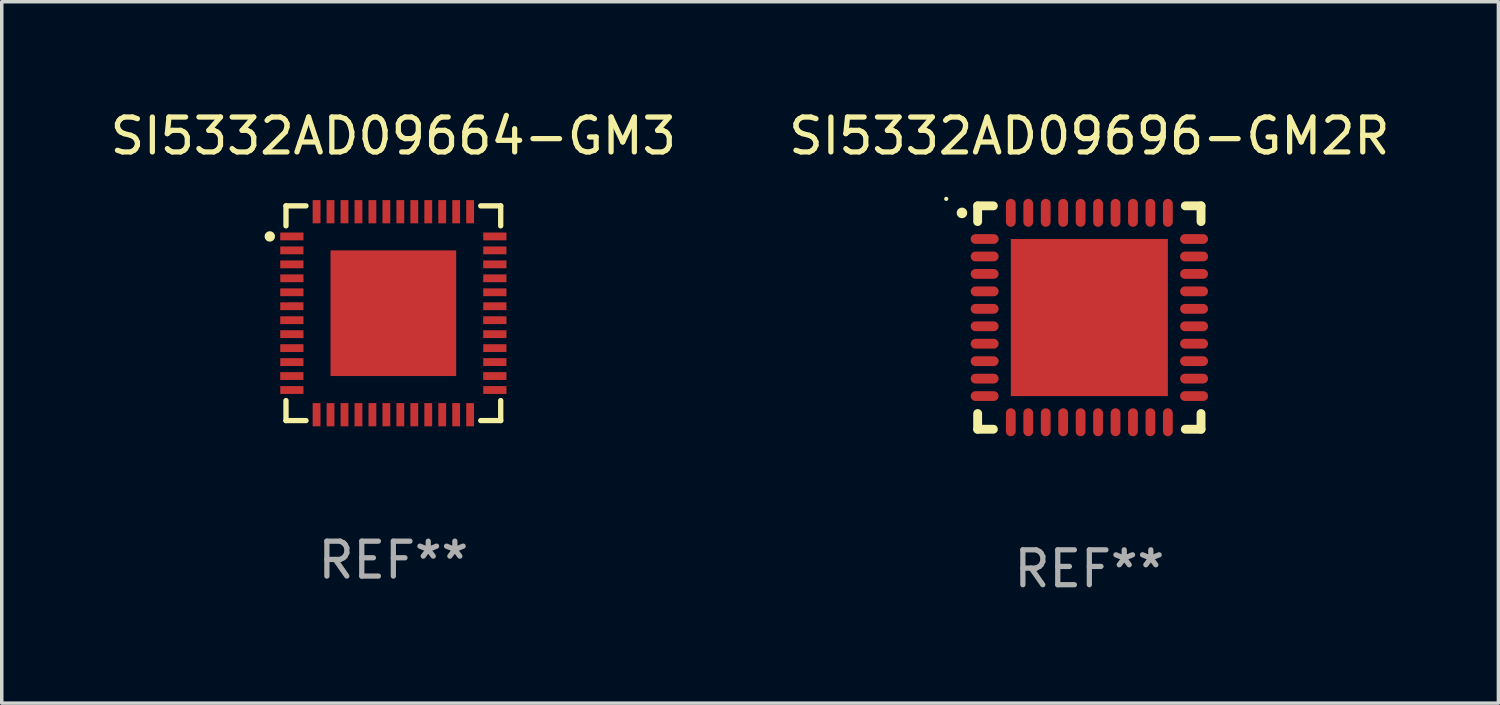
<source format=kicad_pcb>
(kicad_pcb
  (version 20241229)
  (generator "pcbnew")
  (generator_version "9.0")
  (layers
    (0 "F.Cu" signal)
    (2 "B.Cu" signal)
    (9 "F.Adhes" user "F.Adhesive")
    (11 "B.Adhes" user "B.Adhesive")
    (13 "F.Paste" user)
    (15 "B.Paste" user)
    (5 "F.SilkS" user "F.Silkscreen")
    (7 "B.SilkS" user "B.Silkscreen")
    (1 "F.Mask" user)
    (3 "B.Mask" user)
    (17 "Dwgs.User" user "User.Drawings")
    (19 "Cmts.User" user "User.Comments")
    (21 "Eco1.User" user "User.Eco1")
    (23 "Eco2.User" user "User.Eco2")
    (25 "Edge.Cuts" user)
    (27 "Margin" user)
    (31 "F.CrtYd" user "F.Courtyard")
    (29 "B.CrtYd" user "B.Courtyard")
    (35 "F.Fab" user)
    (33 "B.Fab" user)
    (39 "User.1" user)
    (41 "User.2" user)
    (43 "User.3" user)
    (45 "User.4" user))
  (footprint "SI5332AD09664-GM3"
    (layer "F.Cu")
    (at 8.22 5.924)
    (property "Reference" "SI5332AD09664-GM3" (at 0 -5.076 0) (layer "F.SilkS") (effects (font (size 1 1) (thickness 0.15))))
    (attr through_hole)
    (fp_line (start -3.076 -3.076) (end -3.076 -2.503) (stroke (width 0.152) (type solid)) (layer "F.SilkS"))
    (fp_line (start -3.076 3.076) (end -3.076 2.503) (stroke (width 0.152) (type solid)) (layer "F.SilkS"))
    (fp_line (start -2.503 -3.076) (end -3.076 -3.076) (stroke (width 0.152) (type solid)) (layer "F.SilkS"))
    (fp_line (start -2.503 3.076) (end -3.076 3.076) (stroke (width 0.152) (type solid)) (layer "F.SilkS"))
    (fp_line (start 2.503 -3.076) (end 3.076 -3.076) (stroke (width 0.152) (type solid)) (layer "F.SilkS"))
    (fp_line (start 2.503 3.076) (end 3.076 3.076) (stroke (width 0.152) (type solid)) (layer "F.SilkS"))
    (fp_line (start 3.076 -3.076) (end 3.076 -2.503) (stroke (width 0.152) (type solid)) (layer "F.SilkS"))
    (fp_line (start 3.076 3.076) (end 3.076 2.503) (stroke (width 0.152) (type solid)) (layer "F.SilkS"))
    (fp_circle (center -3.54 -2.2) (end -3.465 -2.2) (stroke (width 0.15) (type solid)) (fill no) (layer "F.SilkS"))
    (fp_text user "REF**" (at 0 7.076 0) (layer "F.Fab") (effects (font (size 1 1) (thickness 0.15))))
    (pad "1" smd rect (at -2.908 -2.2) (size 0.665 0.224) (layers "F.Cu" "F.Mask" "F.Paste"))
    (pad "2" smd rect (at -2.908 -1.8) (size 0.665 0.224) (layers "F.Cu" "F.Mask" "F.Paste"))
    (pad "3" smd rect (at -2.908 -1.4) (size 0.665 0.224) (layers "F.Cu" "F.Mask" "F.Paste"))
    (pad "4" smd rect (at -2.908 -1) (size 0.665 0.224) (layers "F.Cu" "F.Mask" "F.Paste"))
    (pad "5" smd rect (at -2.908 -0.6) (size 0.665 0.224) (layers "F.Cu" "F.Mask" "F.Paste"))
    (pad "6" smd rect (at -2.908 -0.2) (size 0.665 0.224) (layers "F.Cu" "F.Mask" "F.Paste"))
    (pad "7" smd rect (at -2.908 0.2) (size 0.665 0.224) (layers "F.Cu" "F.Mask" "F.Paste"))
    (pad "8" smd rect (at -2.908 0.6) (size 0.665 0.224) (layers "F.Cu" "F.Mask" "F.Paste"))
    (pad "9" smd rect (at -2.908 1) (size 0.665 0.224) (layers "F.Cu" "F.Mask" "F.Paste"))
    (pad "10" smd rect (at -2.908 1.4) (size 0.665 0.224) (layers "F.Cu" "F.Mask" "F.Paste"))
    (pad "11" smd rect (at -2.908 1.8) (size 0.665 0.224) (layers "F.Cu" "F.Mask" "F.Paste"))
    (pad "12" smd rect (at -2.908 2.2) (size 0.665 0.224) (layers "F.Cu" "F.Mask" "F.Paste"))
    (pad "13" smd rect (at -2.2 2.908) (size 0.224 0.665) (layers "F.Cu" "F.Mask" "F.Paste"))
    (pad "14" smd rect (at -1.8 2.908) (size 0.224 0.665) (layers "F.Cu" "F.Mask" "F.Paste"))
    (pad "15" smd rect (at -1.4 2.908) (size 0.224 0.665) (layers "F.Cu" "F.Mask" "F.Paste"))
    (pad "16" smd rect (at -1 2.908) (size 0.224 0.665) (layers "F.Cu" "F.Mask" "F.Paste"))
    (pad "17" smd rect (at -0.6 2.908) (size 0.224 0.665) (layers "F.Cu" "F.Mask" "F.Paste"))
    (pad "18" smd rect (at -0.2 2.908) (size 0.224 0.665) (layers "F.Cu" "F.Mask" "F.Paste"))
    (pad "19" smd rect (at 0.2 2.908) (size 0.224 0.665) (layers "F.Cu" "F.Mask" "F.Paste"))
    (pad "20" smd rect (at 0.6 2.908) (size 0.224 0.665) (layers "F.Cu" "F.Mask" "F.Paste"))
    (pad "21" smd rect (at 1 2.908) (size 0.224 0.665) (layers "F.Cu" "F.Mask" "F.Paste"))
    (pad "22" smd rect (at 1.4 2.908) (size 0.224 0.665) (layers "F.Cu" "F.Mask" "F.Paste"))
    (pad "23" smd rect (at 1.8 2.908) (size 0.224 0.665) (layers "F.Cu" "F.Mask" "F.Paste"))
    (pad "24" smd rect (at 2.2 2.908) (size 0.224 0.665) (layers "F.Cu" "F.Mask" "F.Paste"))
    (pad "25" smd rect (at 2.908 2.2) (size 0.665 0.224) (layers "F.Cu" "F.Mask" "F.Paste"))
    (pad "26" smd rect (at 2.908 1.8) (size 0.665 0.224) (layers "F.Cu" "F.Mask" "F.Paste"))
    (pad "27" smd rect (at 2.908 1.4) (size 0.665 0.224) (layers "F.Cu" "F.Mask" "F.Paste"))
    (pad "28" smd rect (at 2.908 1) (size 0.665 0.224) (layers "F.Cu" "F.Mask" "F.Paste"))
    (pad "29" smd rect (at 2.908 0.6) (size 0.665 0.224) (layers "F.Cu" "F.Mask" "F.Paste"))
    (pad "30" smd rect (at 2.908 0.2) (size 0.665 0.224) (layers "F.Cu" "F.Mask" "F.Paste"))
    (pad "31" smd rect (at 2.908 -0.2) (size 0.665 0.224) (layers "F.Cu" "F.Mask" "F.Paste"))
    (pad "32" smd rect (at 2.908 -0.6) (size 0.665 0.224) (layers "F.Cu" "F.Mask" "F.Paste"))
    (pad "33" smd rect (at 2.908 -1) (size 0.665 0.224) (layers "F.Cu" "F.Mask" "F.Paste"))
    (pad "34" smd rect (at 2.908 -1.4) (size 0.665 0.224) (layers "F.Cu" "F.Mask" "F.Paste"))
    (pad "35" smd rect (at 2.908 -1.8) (size 0.665 0.224) (layers "F.Cu" "F.Mask" "F.Paste"))
    (pad "36" smd rect (at 2.908 -2.2) (size 0.665 0.224) (layers "F.Cu" "F.Mask" "F.Paste"))
    (pad "37" smd rect (at 2.2 -2.908) (size 0.224 0.665) (layers "F.Cu" "F.Mask" "F.Paste"))
    (pad "38" smd rect (at 1.8 -2.908) (size 0.224 0.665) (layers "F.Cu" "F.Mask" "F.Paste"))
    (pad "39" smd rect (at 1.4 -2.908) (size 0.224 0.665) (layers "F.Cu" "F.Mask" "F.Paste"))
    (pad "40" smd rect (at 1 -2.908) (size 0.224 0.665) (layers "F.Cu" "F.Mask" "F.Paste"))
    (pad "41" smd rect (at 0.6 -2.908) (size 0.224 0.665) (layers "F.Cu" "F.Mask" "F.Paste"))
    (pad "42" smd rect (at 0.2 -2.908) (size 0.224 0.665) (layers "F.Cu" "F.Mask" "F.Paste"))
    (pad "43" smd rect (at -0.2 -2.908) (size 0.224 0.665) (layers "F.Cu" "F.Mask" "F.Paste"))
    (pad "44" smd rect (at -0.6 -2.908) (size 0.224 0.665) (layers "F.Cu" "F.Mask" "F.Paste"))
    (pad "45" smd rect (at -1 -2.908) (size 0.224 0.665) (layers "F.Cu" "F.Mask" "F.Paste"))
    (pad "46" smd rect (at -1.4 -2.908) (size 0.224 0.665) (layers "F.Cu" "F.Mask" "F.Paste"))
    (pad "47" smd rect (at -1.8 -2.908) (size 0.224 0.665) (layers "F.Cu" "F.Mask" "F.Paste"))
    (pad "48" smd rect (at -2.2 -2.908) (size 0.224 0.665) (layers "F.Cu" "F.Mask" "F.Paste"))
    (pad "49" smd rect (at 0 0) (size 3.6 3.6) (layers "F.Cu" "F.Mask" "F.Paste")))
  (footprint "SI5332AD09696-GM2R"
    (layer "F.Cu")
    (at 28.161 6.048)
    (property "Reference" "SI5332AD09696-GM2R" (at 0 -5.2 0) (layer "F.SilkS") (effects (font (size 1 1) (thickness 0.15))))
    (attr through_hole)
    (fp_line (start -3.2 -3.2) (end -2.75 -3.2) (stroke (width 0.254) (type solid)) (layer "F.SilkS"))
    (fp_line (start -3.2 -2.75) (end -3.2 -3.2) (stroke (width 0.254) (type solid)) (layer "F.SilkS"))
    (fp_line (start -3.2 3.2) (end -3.2 2.75) (stroke (width 0.254) (type solid)) (layer "F.SilkS"))
    (fp_line (start -2.75 3.2) (end -3.2 3.2) (stroke (width 0.254) (type solid)) (layer "F.SilkS"))
    (fp_line (start 2.75 3.2) (end 3.2 3.2) (stroke (width 0.254) (type solid)) (layer "F.SilkS"))
    (fp_line (start 3.2 -3.2) (end 2.75 -3.2) (stroke (width 0.254) (type solid)) (layer "F.SilkS"))
    (fp_line (start 3.2 -2.75) (end 3.2 -3.2) (stroke (width 0.254) (type solid)) (layer "F.SilkS"))
    (fp_line (start 3.2 3.2) (end 3.2 2.75) (stroke (width 0.254) (type solid)) (layer "F.SilkS"))
    (fp_arc (start -3.649987 -2.997206) (mid -3.649992 -2.998476) (end -3.649987 -2.999746) (stroke (width 0.3) (type solid)) (layer "F.SilkS"))
    (fp_circle (center -4.1 -3.4) (end -4.07 -3.4) (stroke (width 0.06) (type solid)) (fill no) (layer "F.SilkS"))
    (fp_text user "REF**" (at 0 7.2 0) (layer "F.Fab") (effects (font (size 1 1) (thickness 0.15))))
    (pad "1" smd oval (at -3 -2.25 90) (size 0.28 0.8) (layers "F.Cu" "F.Mask" "F.Paste"))
    (pad "2" smd oval (at -3 -1.75 90) (size 0.28 0.8) (layers "F.Cu" "F.Mask" "F.Paste"))
    (pad "3" smd oval (at -3 -1.25 90) (size 0.28 0.8) (layers "F.Cu" "F.Mask" "F.Paste"))
    (pad "4" smd oval (at -3 -0.75 90) (size 0.28 0.8) (layers "F.Cu" "F.Mask" "F.Paste"))
    (pad "5" smd oval (at -3 -0.25 90) (size 0.28 0.8) (layers "F.Cu" "F.Mask" "F.Paste"))
    (pad "6" smd oval (at -3 0.25 90) (size 0.28 0.8) (layers "F.Cu" "F.Mask" "F.Paste"))
    (pad "7" smd oval (at -3 0.75 90) (size 0.28 0.8) (layers "F.Cu" "F.Mask" "F.Paste"))
    (pad "8" smd oval (at -3 1.25 90) (size 0.28 0.8) (layers "F.Cu" "F.Mask" "F.Paste"))
    (pad "9" smd oval (at -3 1.75 90) (size 0.28 0.8) (layers "F.Cu" "F.Mask" "F.Paste"))
    (pad "10" smd oval (at -3 2.25 90) (size 0.28 0.8) (layers "F.Cu" "F.Mask" "F.Paste"))
    (pad "11" smd oval (at -2.25 3) (size 0.28 0.8) (layers "F.Cu" "F.Mask" "F.Paste"))
    (pad "12" smd oval (at -1.75 3) (size 0.28 0.8) (layers "F.Cu" "F.Mask" "F.Paste"))
    (pad "13" smd oval (at -1.25 3) (size 0.28 0.8) (layers "F.Cu" "F.Mask" "F.Paste"))
    (pad "14" smd oval (at -0.75 3) (size 0.28 0.8) (layers "F.Cu" "F.Mask" "F.Paste"))
    (pad "15" smd oval (at -0.25 3) (size 0.28 0.8) (layers "F.Cu" "F.Mask" "F.Paste"))
    (pad "16" smd oval (at 0.25 3) (size 0.28 0.8) (layers "F.Cu" "F.Mask" "F.Paste"))
    (pad "17" smd oval (at 0.75 3) (size 0.28 0.8) (layers "F.Cu" "F.Mask" "F.Paste"))
    (pad "18" smd oval (at 1.25 3) (size 0.28 0.8) (layers "F.Cu" "F.Mask" "F.Paste"))
    (pad "19" smd oval (at 1.75 3) (size 0.28 0.8) (layers "F.Cu" "F.Mask" "F.Paste"))
    (pad "20" smd oval (at 2.25 3) (size 0.28 0.8) (layers "F.Cu" "F.Mask" "F.Paste"))
    (pad "21" smd oval (at 3 2.25 90) (size 0.28 0.8) (layers "F.Cu" "F.Mask" "F.Paste"))
    (pad "22" smd oval (at 3 1.75 90) (size 0.28 0.8) (layers "F.Cu" "F.Mask" "F.Paste"))
    (pad "23" smd oval (at 3 1.25 90) (size 0.28 0.8) (layers "F.Cu" "F.Mask" "F.Paste"))
    (pad "24" smd oval (at 3 0.75 90) (size 0.28 0.8) (layers "F.Cu" "F.Mask" "F.Paste"))
    (pad "25" smd oval (at 3 0.25 90) (size 0.28 0.8) (layers "F.Cu" "F.Mask" "F.Paste"))
    (pad "26" smd oval (at 3 -0.25 90) (size 0.28 0.8) (layers "F.Cu" "F.Mask" "F.Paste"))
    (pad "27" smd oval (at 3 -0.75 90) (size 0.28 0.8) (layers "F.Cu" "F.Mask" "F.Paste"))
    (pad "28" smd oval (at 3 -1.25 90) (size 0.28 0.8) (layers "F.Cu" "F.Mask" "F.Paste"))
    (pad "29" smd oval (at 3 -1.75 90) (size 0.28 0.8) (layers "F.Cu" "F.Mask" "F.Paste"))
    (pad "30" smd oval (at 3 -2.25 90) (size 0.28 0.8) (layers "F.Cu" "F.Mask" "F.Paste"))
    (pad "31" smd oval (at 2.25 -3) (size 0.28 0.8) (layers "F.Cu" "F.Mask" "F.Paste"))
    (pad "32" smd oval (at 1.75 -3) (size 0.28 0.8) (layers "F.Cu" "F.Mask" "F.Paste"))
    (pad "33" smd oval (at 1.25 -3) (size 0.28 0.8) (layers "F.Cu" "F.Mask" "F.Paste"))
    (pad "34" smd oval (at 0.75 -3) (size 0.28 0.8) (layers "F.Cu" "F.Mask" "F.Paste"))
    (pad "35" smd oval (at 0.25 -3) (size 0.28 0.8) (layers "F.Cu" "F.Mask" "F.Paste"))
    (pad "36" smd oval (at -0.25 -3) (size 0.28 0.8) (layers "F.Cu" "F.Mask" "F.Paste"))
    (pad "37" smd oval (at -0.75 -3) (size 0.28 0.8) (layers "F.Cu" "F.Mask" "F.Paste"))
    (pad "38" smd oval (at -1.25 -3) (size 0.28 0.8) (layers "F.Cu" "F.Mask" "F.Paste"))
    (pad "39" smd oval (at -1.75 -3) (size 0.28 0.8) (layers "F.Cu" "F.Mask" "F.Paste"))
    (pad "40" smd oval (at -2.25 -3) (size 0.28 0.8) (layers "F.Cu" "F.Mask" "F.Paste"))
    (pad "41" smd rect (at 0 0) (size 4.5 4.5) (layers "F.Cu" "F.Mask" "F.Paste")))
  (gr_rect
    (start -3 -3)
    (end 39.881 17.096)
    (stroke (width 0.1) (type default))
    (fill no)
    (layer "Edge.Cuts")))
</source>
